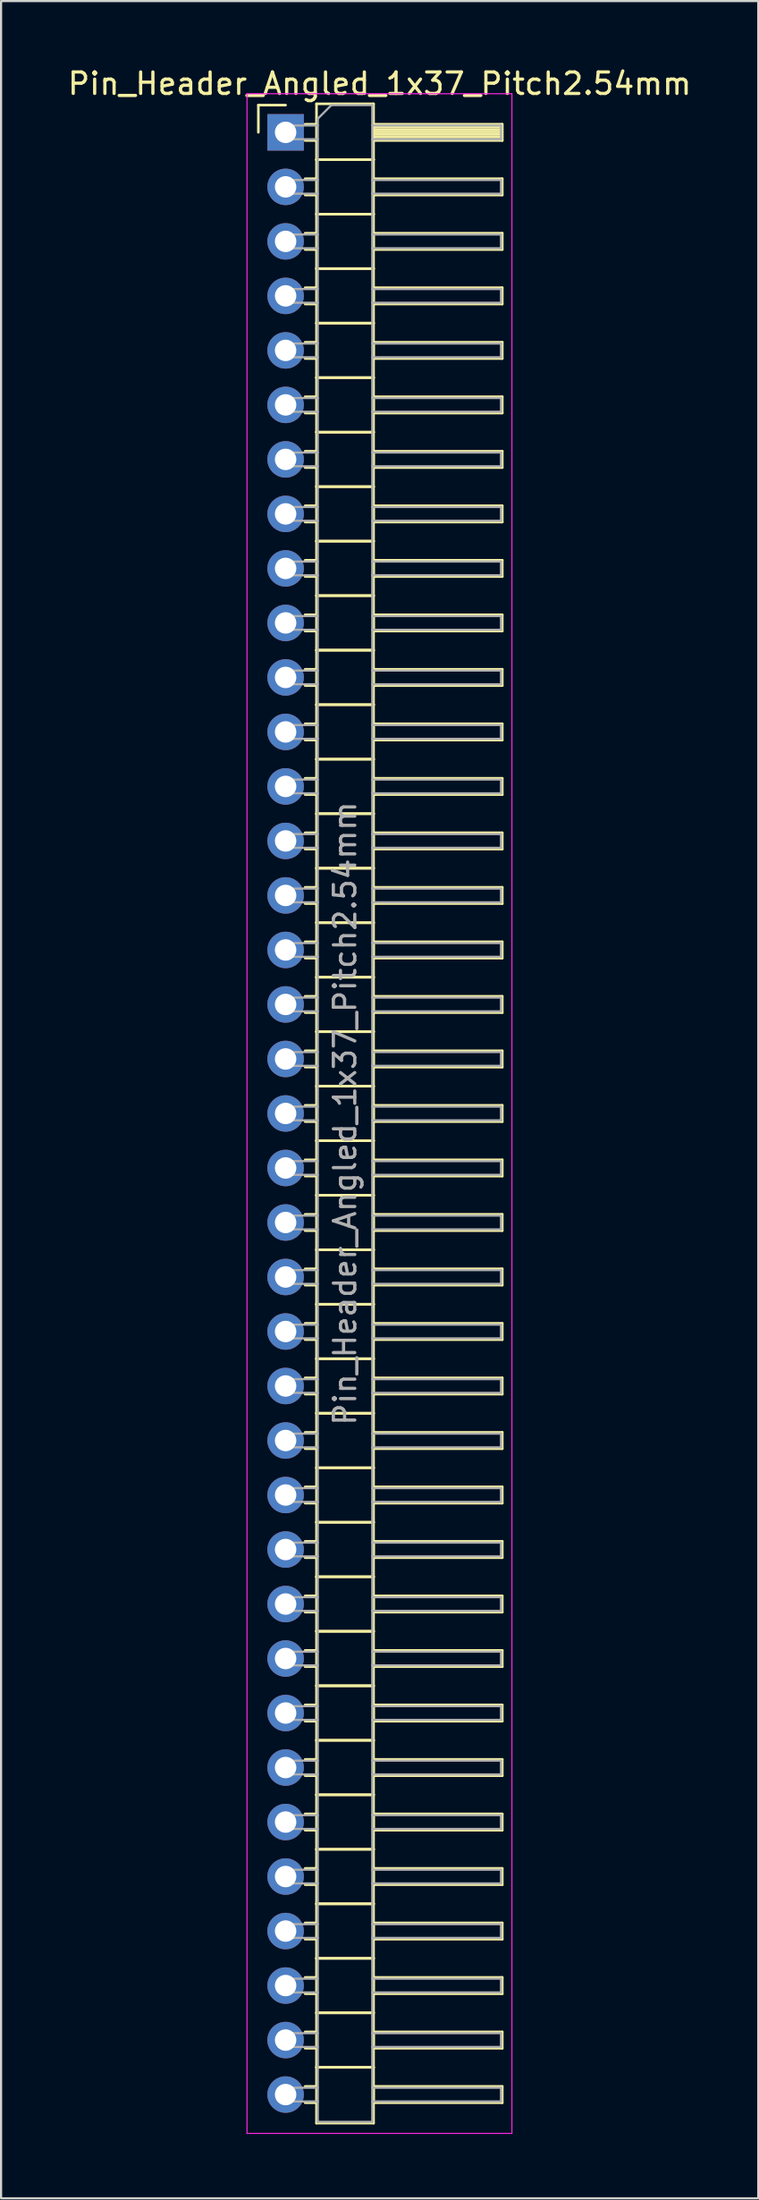
<source format=kicad_pcb>
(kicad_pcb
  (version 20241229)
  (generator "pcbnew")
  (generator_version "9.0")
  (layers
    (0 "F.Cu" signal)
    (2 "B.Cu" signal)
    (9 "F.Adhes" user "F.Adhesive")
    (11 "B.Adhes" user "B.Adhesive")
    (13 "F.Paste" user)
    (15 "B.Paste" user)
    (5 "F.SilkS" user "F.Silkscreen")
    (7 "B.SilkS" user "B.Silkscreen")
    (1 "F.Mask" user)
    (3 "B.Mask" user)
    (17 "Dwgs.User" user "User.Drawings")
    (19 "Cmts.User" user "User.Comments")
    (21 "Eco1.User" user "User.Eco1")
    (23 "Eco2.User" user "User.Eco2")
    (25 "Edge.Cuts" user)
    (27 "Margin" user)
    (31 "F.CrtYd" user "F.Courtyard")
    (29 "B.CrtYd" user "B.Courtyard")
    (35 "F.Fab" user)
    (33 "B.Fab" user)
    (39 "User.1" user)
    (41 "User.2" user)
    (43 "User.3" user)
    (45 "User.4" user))
  (footprint "Pin_Header_Angled_1x37_Pitch2.54mm"
    (layer "F.Cu")
    (at 10.264 3.118)
    (property "Reference" "Pin_Header_Angled_1x37_Pitch2.54mm" (at 4.385 -2.27 0) (layer "F.SilkS") (effects (font (size 1 1) (thickness 0.15))))
    (attr through_hole)
    (fp_line (start -1.27 -1.27) (end 0 -1.27) (stroke (width 0.12) (type solid)) (layer "F.SilkS"))
    (fp_line (start -1.27 0) (end -1.27 -1.27) (stroke (width 0.12) (type solid)) (layer "F.SilkS"))
    (fp_line (start 0.91 -0.38) (end 1.44 -0.38) (stroke (width 0.12) (type solid)) (layer "F.SilkS"))
    (fp_line (start 0.91 0.38) (end 1.44 0.38) (stroke (width 0.12) (type solid)) (layer "F.SilkS"))
    (fp_line (start 0.91 2.16) (end 1.44 2.16) (stroke (width 0.12) (type solid)) (layer "F.SilkS"))
    (fp_line (start 0.91 2.92) (end 1.44 2.92) (stroke (width 0.12) (type solid)) (layer "F.SilkS"))
    (fp_line (start 0.91 4.7) (end 1.44 4.7) (stroke (width 0.12) (type solid)) (layer "F.SilkS"))
    (fp_line (start 0.91 5.46) (end 1.44 5.46) (stroke (width 0.12) (type solid)) (layer "F.SilkS"))
    (fp_line (start 0.91 7.24) (end 1.44 7.24) (stroke (width 0.12) (type solid)) (layer "F.SilkS"))
    (fp_line (start 0.91 8) (end 1.44 8) (stroke (width 0.12) (type solid)) (layer "F.SilkS"))
    (fp_line (start 0.91 9.78) (end 1.44 9.78) (stroke (width 0.12) (type solid)) (layer "F.SilkS"))
    (fp_line (start 0.91 10.54) (end 1.44 10.54) (stroke (width 0.12) (type solid)) (layer "F.SilkS"))
    (fp_line (start 0.91 12.32) (end 1.44 12.32) (stroke (width 0.12) (type solid)) (layer "F.SilkS"))
    (fp_line (start 0.91 13.08) (end 1.44 13.08) (stroke (width 0.12) (type solid)) (layer "F.SilkS"))
    (fp_line (start 0.91 14.86) (end 1.44 14.86) (stroke (width 0.12) (type solid)) (layer "F.SilkS"))
    (fp_line (start 0.91 15.62) (end 1.44 15.62) (stroke (width 0.12) (type solid)) (layer "F.SilkS"))
    (fp_line (start 0.91 17.4) (end 1.44 17.4) (stroke (width 0.12) (type solid)) (layer "F.SilkS"))
    (fp_line (start 0.91 18.16) (end 1.44 18.16) (stroke (width 0.12) (type solid)) (layer "F.SilkS"))
    (fp_line (start 0.91 19.94) (end 1.44 19.94) (stroke (width 0.12) (type solid)) (layer "F.SilkS"))
    (fp_line (start 0.91 20.7) (end 1.44 20.7) (stroke (width 0.12) (type solid)) (layer "F.SilkS"))
    (fp_line (start 0.91 22.48) (end 1.44 22.48) (stroke (width 0.12) (type solid)) (layer "F.SilkS"))
    (fp_line (start 0.91 23.24) (end 1.44 23.24) (stroke (width 0.12) (type solid)) (layer "F.SilkS"))
    (fp_line (start 0.91 25.02) (end 1.44 25.02) (stroke (width 0.12) (type solid)) (layer "F.SilkS"))
    (fp_line (start 0.91 25.78) (end 1.44 25.78) (stroke (width 0.12) (type solid)) (layer "F.SilkS"))
    (fp_line (start 0.91 27.56) (end 1.44 27.56) (stroke (width 0.12) (type solid)) (layer "F.SilkS"))
    (fp_line (start 0.91 28.32) (end 1.44 28.32) (stroke (width 0.12) (type solid)) (layer "F.SilkS"))
    (fp_line (start 0.91 30.1) (end 1.44 30.1) (stroke (width 0.12) (type solid)) (layer "F.SilkS"))
    (fp_line (start 0.91 30.86) (end 1.44 30.86) (stroke (width 0.12) (type solid)) (layer "F.SilkS"))
    (fp_line (start 0.91 32.64) (end 1.44 32.64) (stroke (width 0.12) (type solid)) (layer "F.SilkS"))
    (fp_line (start 0.91 33.4) (end 1.44 33.4) (stroke (width 0.12) (type solid)) (layer "F.SilkS"))
    (fp_line (start 0.91 35.18) (end 1.44 35.18) (stroke (width 0.12) (type solid)) (layer "F.SilkS"))
    (fp_line (start 0.91 35.94) (end 1.44 35.94) (stroke (width 0.12) (type solid)) (layer "F.SilkS"))
    (fp_line (start 0.91 37.72) (end 1.44 37.72) (stroke (width 0.12) (type solid)) (layer "F.SilkS"))
    (fp_line (start 0.91 38.48) (end 1.44 38.48) (stroke (width 0.12) (type solid)) (layer "F.SilkS"))
    (fp_line (start 0.91 40.26) (end 1.44 40.26) (stroke (width 0.12) (type solid)) (layer "F.SilkS"))
    (fp_line (start 0.91 41.02) (end 1.44 41.02) (stroke (width 0.12) (type solid)) (layer "F.SilkS"))
    (fp_line (start 0.91 42.8) (end 1.44 42.8) (stroke (width 0.12) (type solid)) (layer "F.SilkS"))
    (fp_line (start 0.91 43.56) (end 1.44 43.56) (stroke (width 0.12) (type solid)) (layer "F.SilkS"))
    (fp_line (start 0.91 45.34) (end 1.44 45.34) (stroke (width 0.12) (type solid)) (layer "F.SilkS"))
    (fp_line (start 0.91 46.1) (end 1.44 46.1) (stroke (width 0.12) (type solid)) (layer "F.SilkS"))
    (fp_line (start 0.91 47.88) (end 1.44 47.88) (stroke (width 0.12) (type solid)) (layer "F.SilkS"))
    (fp_line (start 0.91 48.64) (end 1.44 48.64) (stroke (width 0.12) (type solid)) (layer "F.SilkS"))
    (fp_line (start 0.91 50.42) (end 1.44 50.42) (stroke (width 0.12) (type solid)) (layer "F.SilkS"))
    (fp_line (start 0.91 51.18) (end 1.44 51.18) (stroke (width 0.12) (type solid)) (layer "F.SilkS"))
    (fp_line (start 0.91 52.96) (end 1.44 52.96) (stroke (width 0.12) (type solid)) (layer "F.SilkS"))
    (fp_line (start 0.91 53.72) (end 1.44 53.72) (stroke (width 0.12) (type solid)) (layer "F.SilkS"))
    (fp_line (start 0.91 55.5) (end 1.44 55.5) (stroke (width 0.12) (type solid)) (layer "F.SilkS"))
    (fp_line (start 0.91 56.26) (end 1.44 56.26) (stroke (width 0.12) (type solid)) (layer "F.SilkS"))
    (fp_line (start 0.91 58.04) (end 1.44 58.04) (stroke (width 0.12) (type solid)) (layer "F.SilkS"))
    (fp_line (start 0.91 58.8) (end 1.44 58.8) (stroke (width 0.12) (type solid)) (layer "F.SilkS"))
    (fp_line (start 0.91 60.58) (end 1.44 60.58) (stroke (width 0.12) (type solid)) (layer "F.SilkS"))
    (fp_line (start 0.91 61.34) (end 1.44 61.34) (stroke (width 0.12) (type solid)) (layer "F.SilkS"))
    (fp_line (start 0.91 63.12) (end 1.44 63.12) (stroke (width 0.12) (type solid)) (layer "F.SilkS"))
    (fp_line (start 0.91 63.88) (end 1.44 63.88) (stroke (width 0.12) (type solid)) (layer "F.SilkS"))
    (fp_line (start 0.91 65.66) (end 1.44 65.66) (stroke (width 0.12) (type solid)) (layer "F.SilkS"))
    (fp_line (start 0.91 66.42) (end 1.44 66.42) (stroke (width 0.12) (type solid)) (layer "F.SilkS"))
    (fp_line (start 0.91 68.2) (end 1.44 68.2) (stroke (width 0.12) (type solid)) (layer "F.SilkS"))
    (fp_line (start 0.91 68.96) (end 1.44 68.96) (stroke (width 0.12) (type solid)) (layer "F.SilkS"))
    (fp_line (start 0.91 70.74) (end 1.44 70.74) (stroke (width 0.12) (type solid)) (layer "F.SilkS"))
    (fp_line (start 0.91 71.5) (end 1.44 71.5) (stroke (width 0.12) (type solid)) (layer "F.SilkS"))
    (fp_line (start 0.91 73.28) (end 1.44 73.28) (stroke (width 0.12) (type solid)) (layer "F.SilkS"))
    (fp_line (start 0.91 74.04) (end 1.44 74.04) (stroke (width 0.12) (type solid)) (layer "F.SilkS"))
    (fp_line (start 0.91 75.82) (end 1.44 75.82) (stroke (width 0.12) (type solid)) (layer "F.SilkS"))
    (fp_line (start 0.91 76.58) (end 1.44 76.58) (stroke (width 0.12) (type solid)) (layer "F.SilkS"))
    (fp_line (start 0.91 78.36) (end 1.44 78.36) (stroke (width 0.12) (type solid)) (layer "F.SilkS"))
    (fp_line (start 0.91 79.12) (end 1.44 79.12) (stroke (width 0.12) (type solid)) (layer "F.SilkS"))
    (fp_line (start 0.91 80.9) (end 1.44 80.9) (stroke (width 0.12) (type solid)) (layer "F.SilkS"))
    (fp_line (start 0.91 81.66) (end 1.44 81.66) (stroke (width 0.12) (type solid)) (layer "F.SilkS"))
    (fp_line (start 0.91 83.44) (end 1.44 83.44) (stroke (width 0.12) (type solid)) (layer "F.SilkS"))
    (fp_line (start 0.91 84.2) (end 1.44 84.2) (stroke (width 0.12) (type solid)) (layer "F.SilkS"))
    (fp_line (start 0.91 85.98) (end 1.44 85.98) (stroke (width 0.12) (type solid)) (layer "F.SilkS"))
    (fp_line (start 0.91 86.74) (end 1.44 86.74) (stroke (width 0.12) (type solid)) (layer "F.SilkS"))
    (fp_line (start 0.91 88.52) (end 1.44 88.52) (stroke (width 0.12) (type solid)) (layer "F.SilkS"))
    (fp_line (start 0.91 89.28) (end 1.44 89.28) (stroke (width 0.12) (type solid)) (layer "F.SilkS"))
    (fp_line (start 0.91 91.06) (end 1.44 91.06) (stroke (width 0.12) (type solid)) (layer "F.SilkS"))
    (fp_line (start 0.91 91.82) (end 1.44 91.82) (stroke (width 0.12) (type solid)) (layer "F.SilkS"))
    (fp_line (start 1.44 -1.33) (end 1.44 1.27) (stroke (width 0.12) (type solid)) (layer "F.SilkS"))
    (fp_line (start 1.44 1.27) (end 1.44 3.81) (stroke (width 0.12) (type solid)) (layer "F.SilkS"))
    (fp_line (start 1.44 1.27) (end 4.1 1.27) (stroke (width 0.12) (type solid)) (layer "F.SilkS"))
    (fp_line (start 1.44 3.81) (end 1.44 6.35) (stroke (width 0.12) (type solid)) (layer "F.SilkS"))
    (fp_line (start 1.44 3.81) (end 4.1 3.81) (stroke (width 0.12) (type solid)) (layer "F.SilkS"))
    (fp_line (start 1.44 6.35) (end 1.44 8.89) (stroke (width 0.12) (type solid)) (layer "F.SilkS"))
    (fp_line (start 1.44 6.35) (end 4.1 6.35) (stroke (width 0.12) (type solid)) (layer "F.SilkS"))
    (fp_line (start 1.44 8.89) (end 1.44 11.43) (stroke (width 0.12) (type solid)) (layer "F.SilkS"))
    (fp_line (start 1.44 8.89) (end 4.1 8.89) (stroke (width 0.12) (type solid)) (layer "F.SilkS"))
    (fp_line (start 1.44 11.43) (end 1.44 13.97) (stroke (width 0.12) (type solid)) (layer "F.SilkS"))
    (fp_line (start 1.44 11.43) (end 4.1 11.43) (stroke (width 0.12) (type solid)) (layer "F.SilkS"))
    (fp_line (start 1.44 13.97) (end 1.44 16.51) (stroke (width 0.12) (type solid)) (layer "F.SilkS"))
    (fp_line (start 1.44 13.97) (end 4.1 13.97) (stroke (width 0.12) (type solid)) (layer "F.SilkS"))
    (fp_line (start 1.44 16.51) (end 1.44 19.05) (stroke (width 0.12) (type solid)) (layer "F.SilkS"))
    (fp_line (start 1.44 16.51) (end 4.1 16.51) (stroke (width 0.12) (type solid)) (layer "F.SilkS"))
    (fp_line (start 1.44 19.05) (end 1.44 21.59) (stroke (width 0.12) (type solid)) (layer "F.SilkS"))
    (fp_line (start 1.44 19.05) (end 4.1 19.05) (stroke (width 0.12) (type solid)) (layer "F.SilkS"))
    (fp_line (start 1.44 21.59) (end 1.44 24.13) (stroke (width 0.12) (type solid)) (layer "F.SilkS"))
    (fp_line (start 1.44 21.59) (end 4.1 21.59) (stroke (width 0.12) (type solid)) (layer "F.SilkS"))
    (fp_line (start 1.44 24.13) (end 1.44 26.67) (stroke (width 0.12) (type solid)) (layer "F.SilkS"))
    (fp_line (start 1.44 24.13) (end 4.1 24.13) (stroke (width 0.12) (type solid)) (layer "F.SilkS"))
    (fp_line (start 1.44 26.67) (end 1.44 29.21) (stroke (width 0.12) (type solid)) (layer "F.SilkS"))
    (fp_line (start 1.44 26.67) (end 4.1 26.67) (stroke (width 0.12) (type solid)) (layer "F.SilkS"))
    (fp_line (start 1.44 29.21) (end 1.44 31.75) (stroke (width 0.12) (type solid)) (layer "F.SilkS"))
    (fp_line (start 1.44 29.21) (end 4.1 29.21) (stroke (width 0.12) (type solid)) (layer "F.SilkS"))
    (fp_line (start 1.44 31.75) (end 1.44 34.29) (stroke (width 0.12) (type solid)) (layer "F.SilkS"))
    (fp_line (start 1.44 31.75) (end 4.1 31.75) (stroke (width 0.12) (type solid)) (layer "F.SilkS"))
    (fp_line (start 1.44 34.29) (end 1.44 36.83) (stroke (width 0.12) (type solid)) (layer "F.SilkS"))
    (fp_line (start 1.44 34.29) (end 4.1 34.29) (stroke (width 0.12) (type solid)) (layer "F.SilkS"))
    (fp_line (start 1.44 36.83) (end 1.44 39.37) (stroke (width 0.12) (type solid)) (layer "F.SilkS"))
    (fp_line (start 1.44 36.83) (end 4.1 36.83) (stroke (width 0.12) (type solid)) (layer "F.SilkS"))
    (fp_line (start 1.44 39.37) (end 1.44 41.91) (stroke (width 0.12) (type solid)) (layer "F.SilkS"))
    (fp_line (start 1.44 39.37) (end 4.1 39.37) (stroke (width 0.12) (type solid)) (layer "F.SilkS"))
    (fp_line (start 1.44 41.91) (end 1.44 44.45) (stroke (width 0.12) (type solid)) (layer "F.SilkS"))
    (fp_line (start 1.44 41.91) (end 4.1 41.91) (stroke (width 0.12) (type solid)) (layer "F.SilkS"))
    (fp_line (start 1.44 44.45) (end 1.44 46.99) (stroke (width 0.12) (type solid)) (layer "F.SilkS"))
    (fp_line (start 1.44 44.45) (end 4.1 44.45) (stroke (width 0.12) (type solid)) (layer "F.SilkS"))
    (fp_line (start 1.44 46.99) (end 1.44 49.53) (stroke (width 0.12) (type solid)) (layer "F.SilkS"))
    (fp_line (start 1.44 46.99) (end 4.1 46.99) (stroke (width 0.12) (type solid)) (layer "F.SilkS"))
    (fp_line (start 1.44 49.53) (end 1.44 52.07) (stroke (width 0.12) (type solid)) (layer "F.SilkS"))
    (fp_line (start 1.44 49.53) (end 4.1 49.53) (stroke (width 0.12) (type solid)) (layer "F.SilkS"))
    (fp_line (start 1.44 52.07) (end 1.44 54.61) (stroke (width 0.12) (type solid)) (layer "F.SilkS"))
    (fp_line (start 1.44 52.07) (end 4.1 52.07) (stroke (width 0.12) (type solid)) (layer "F.SilkS"))
    (fp_line (start 1.44 54.61) (end 1.44 57.15) (stroke (width 0.12) (type solid)) (layer "F.SilkS"))
    (fp_line (start 1.44 54.61) (end 4.1 54.61) (stroke (width 0.12) (type solid)) (layer "F.SilkS"))
    (fp_line (start 1.44 57.15) (end 1.44 59.69) (stroke (width 0.12) (type solid)) (layer "F.SilkS"))
    (fp_line (start 1.44 57.15) (end 4.1 57.15) (stroke (width 0.12) (type solid)) (layer "F.SilkS"))
    (fp_line (start 1.44 59.69) (end 1.44 62.23) (stroke (width 0.12) (type solid)) (layer "F.SilkS"))
    (fp_line (start 1.44 59.69) (end 4.1 59.69) (stroke (width 0.12) (type solid)) (layer "F.SilkS"))
    (fp_line (start 1.44 62.23) (end 1.44 64.77) (stroke (width 0.12) (type solid)) (layer "F.SilkS"))
    (fp_line (start 1.44 62.23) (end 4.1 62.23) (stroke (width 0.12) (type solid)) (layer "F.SilkS"))
    (fp_line (start 1.44 64.77) (end 1.44 67.31) (stroke (width 0.12) (type solid)) (layer "F.SilkS"))
    (fp_line (start 1.44 64.77) (end 4.1 64.77) (stroke (width 0.12) (type solid)) (layer "F.SilkS"))
    (fp_line (start 1.44 67.31) (end 1.44 69.85) (stroke (width 0.12) (type solid)) (layer "F.SilkS"))
    (fp_line (start 1.44 67.31) (end 4.1 67.31) (stroke (width 0.12) (type solid)) (layer "F.SilkS"))
    (fp_line (start 1.44 69.85) (end 1.44 72.39) (stroke (width 0.12) (type solid)) (layer "F.SilkS"))
    (fp_line (start 1.44 69.85) (end 4.1 69.85) (stroke (width 0.12) (type solid)) (layer "F.SilkS"))
    (fp_line (start 1.44 72.39) (end 1.44 74.93) (stroke (width 0.12) (type solid)) (layer "F.SilkS"))
    (fp_line (start 1.44 72.39) (end 4.1 72.39) (stroke (width 0.12) (type solid)) (layer "F.SilkS"))
    (fp_line (start 1.44 74.93) (end 1.44 77.47) (stroke (width 0.12) (type solid)) (layer "F.SilkS"))
    (fp_line (start 1.44 74.93) (end 4.1 74.93) (stroke (width 0.12) (type solid)) (layer "F.SilkS"))
    (fp_line (start 1.44 77.47) (end 1.44 80.01) (stroke (width 0.12) (type solid)) (layer "F.SilkS"))
    (fp_line (start 1.44 77.47) (end 4.1 77.47) (stroke (width 0.12) (type solid)) (layer "F.SilkS"))
    (fp_line (start 1.44 80.01) (end 1.44 82.55) (stroke (width 0.12) (type solid)) (layer "F.SilkS"))
    (fp_line (start 1.44 80.01) (end 4.1 80.01) (stroke (width 0.12) (type solid)) (layer "F.SilkS"))
    (fp_line (start 1.44 82.55) (end 1.44 85.09) (stroke (width 0.12) (type solid)) (layer "F.SilkS"))
    (fp_line (start 1.44 82.55) (end 4.1 82.55) (stroke (width 0.12) (type solid)) (layer "F.SilkS"))
    (fp_line (start 1.44 85.09) (end 1.44 87.63) (stroke (width 0.12) (type solid)) (layer "F.SilkS"))
    (fp_line (start 1.44 85.09) (end 4.1 85.09) (stroke (width 0.12) (type solid)) (layer "F.SilkS"))
    (fp_line (start 1.44 87.63) (end 1.44 90.17) (stroke (width 0.12) (type solid)) (layer "F.SilkS"))
    (fp_line (start 1.44 87.63) (end 4.1 87.63) (stroke (width 0.12) (type solid)) (layer "F.SilkS"))
    (fp_line (start 1.44 90.17) (end 1.44 92.77) (stroke (width 0.12) (type solid)) (layer "F.SilkS"))
    (fp_line (start 1.44 90.17) (end 4.1 90.17) (stroke (width 0.12) (type solid)) (layer "F.SilkS"))
    (fp_line (start 1.44 92.77) (end 4.1 92.77) (stroke (width 0.12) (type solid)) (layer "F.SilkS"))
    (fp_line (start 4.1 -1.33) (end 1.44 -1.33) (stroke (width 0.12) (type solid)) (layer "F.SilkS"))
    (fp_line (start 4.1 -0.38) (end 4.1 0.38) (stroke (width 0.12) (type solid)) (layer "F.SilkS"))
    (fp_line (start 4.1 -0.26) (end 10.1 -0.26) (stroke (width 0.12) (type solid)) (layer "F.SilkS"))
    (fp_line (start 4.1 -0.14) (end 10.1 -0.14) (stroke (width 0.12) (type solid)) (layer "F.SilkS"))
    (fp_line (start 4.1 -0.02) (end 10.1 -0.02) (stroke (width 0.12) (type solid)) (layer "F.SilkS"))
    (fp_line (start 4.1 0.1) (end 10.1 0.1) (stroke (width 0.12) (type solid)) (layer "F.SilkS"))
    (fp_line (start 4.1 0.22) (end 10.1 0.22) (stroke (width 0.12) (type solid)) (layer "F.SilkS"))
    (fp_line (start 4.1 0.34) (end 10.1 0.34) (stroke (width 0.12) (type solid)) (layer "F.SilkS"))
    (fp_line (start 4.1 0.38) (end 10.1 0.38) (stroke (width 0.12) (type solid)) (layer "F.SilkS"))
    (fp_line (start 4.1 1.27) (end 1.44 1.27) (stroke (width 0.12) (type solid)) (layer "F.SilkS"))
    (fp_line (start 4.1 1.27) (end 4.1 -1.33) (stroke (width 0.12) (type solid)) (layer "F.SilkS"))
    (fp_line (start 4.1 2.16) (end 4.1 2.92) (stroke (width 0.12) (type solid)) (layer "F.SilkS"))
    (fp_line (start 4.1 2.92) (end 10.1 2.92) (stroke (width 0.12) (type solid)) (layer "F.SilkS"))
    (fp_line (start 4.1 3.81) (end 1.44 3.81) (stroke (width 0.12) (type solid)) (layer "F.SilkS"))
    (fp_line (start 4.1 3.81) (end 4.1 1.27) (stroke (width 0.12) (type solid)) (layer "F.SilkS"))
    (fp_line (start 4.1 4.7) (end 4.1 5.46) (stroke (width 0.12) (type solid)) (layer "F.SilkS"))
    (fp_line (start 4.1 5.46) (end 10.1 5.46) (stroke (width 0.12) (type solid)) (layer "F.SilkS"))
    (fp_line (start 4.1 6.35) (end 1.44 6.35) (stroke (width 0.12) (type solid)) (layer "F.SilkS"))
    (fp_line (start 4.1 6.35) (end 4.1 3.81) (stroke (width 0.12) (type solid)) (layer "F.SilkS"))
    (fp_line (start 4.1 7.24) (end 4.1 8) (stroke (width 0.12) (type solid)) (layer "F.SilkS"))
    (fp_line (start 4.1 8) (end 10.1 8) (stroke (width 0.12) (type solid)) (layer "F.SilkS"))
    (fp_line (start 4.1 8.89) (end 1.44 8.89) (stroke (width 0.12) (type solid)) (layer "F.SilkS"))
    (fp_line (start 4.1 8.89) (end 4.1 6.35) (stroke (width 0.12) (type solid)) (layer "F.SilkS"))
    (fp_line (start 4.1 9.78) (end 4.1 10.54) (stroke (width 0.12) (type solid)) (layer "F.SilkS"))
    (fp_line (start 4.1 10.54) (end 10.1 10.54) (stroke (width 0.12) (type solid)) (layer "F.SilkS"))
    (fp_line (start 4.1 11.43) (end 1.44 11.43) (stroke (width 0.12) (type solid)) (layer "F.SilkS"))
    (fp_line (start 4.1 11.43) (end 4.1 8.89) (stroke (width 0.12) (type solid)) (layer "F.SilkS"))
    (fp_line (start 4.1 12.32) (end 4.1 13.08) (stroke (width 0.12) (type solid)) (layer "F.SilkS"))
    (fp_line (start 4.1 13.08) (end 10.1 13.08) (stroke (width 0.12) (type solid)) (layer "F.SilkS"))
    (fp_line (start 4.1 13.97) (end 1.44 13.97) (stroke (width 0.12) (type solid)) (layer "F.SilkS"))
    (fp_line (start 4.1 13.97) (end 4.1 11.43) (stroke (width 0.12) (type solid)) (layer "F.SilkS"))
    (fp_line (start 4.1 14.86) (end 4.1 15.62) (stroke (width 0.12) (type solid)) (layer "F.SilkS"))
    (fp_line (start 4.1 15.62) (end 10.1 15.62) (stroke (width 0.12) (type solid)) (layer "F.SilkS"))
    (fp_line (start 4.1 16.51) (end 1.44 16.51) (stroke (width 0.12) (type solid)) (layer "F.SilkS"))
    (fp_line (start 4.1 16.51) (end 4.1 13.97) (stroke (width 0.12) (type solid)) (layer "F.SilkS"))
    (fp_line (start 4.1 17.4) (end 4.1 18.16) (stroke (width 0.12) (type solid)) (layer "F.SilkS"))
    (fp_line (start 4.1 18.16) (end 10.1 18.16) (stroke (width 0.12) (type solid)) (layer "F.SilkS"))
    (fp_line (start 4.1 19.05) (end 1.44 19.05) (stroke (width 0.12) (type solid)) (layer "F.SilkS"))
    (fp_line (start 4.1 19.05) (end 4.1 16.51) (stroke (width 0.12) (type solid)) (layer "F.SilkS"))
    (fp_line (start 4.1 19.94) (end 4.1 20.7) (stroke (width 0.12) (type solid)) (layer "F.SilkS"))
    (fp_line (start 4.1 20.7) (end 10.1 20.7) (stroke (width 0.12) (type solid)) (layer "F.SilkS"))
    (fp_line (start 4.1 21.59) (end 1.44 21.59) (stroke (width 0.12) (type solid)) (layer "F.SilkS"))
    (fp_line (start 4.1 21.59) (end 4.1 19.05) (stroke (width 0.12) (type solid)) (layer "F.SilkS"))
    (fp_line (start 4.1 22.48) (end 4.1 23.24) (stroke (width 0.12) (type solid)) (layer "F.SilkS"))
    (fp_line (start 4.1 23.24) (end 10.1 23.24) (stroke (width 0.12) (type solid)) (layer "F.SilkS"))
    (fp_line (start 4.1 24.13) (end 1.44 24.13) (stroke (width 0.12) (type solid)) (layer "F.SilkS"))
    (fp_line (start 4.1 24.13) (end 4.1 21.59) (stroke (width 0.12) (type solid)) (layer "F.SilkS"))
    (fp_line (start 4.1 25.02) (end 4.1 25.78) (stroke (width 0.12) (type solid)) (layer "F.SilkS"))
    (fp_line (start 4.1 25.78) (end 10.1 25.78) (stroke (width 0.12) (type solid)) (layer "F.SilkS"))
    (fp_line (start 4.1 26.67) (end 1.44 26.67) (stroke (width 0.12) (type solid)) (layer "F.SilkS"))
    (fp_line (start 4.1 26.67) (end 4.1 24.13) (stroke (width 0.12) (type solid)) (layer "F.SilkS"))
    (fp_line (start 4.1 27.56) (end 4.1 28.32) (stroke (width 0.12) (type solid)) (layer "F.SilkS"))
    (fp_line (start 4.1 28.32) (end 10.1 28.32) (stroke (width 0.12) (type solid)) (layer "F.SilkS"))
    (fp_line (start 4.1 29.21) (end 1.44 29.21) (stroke (width 0.12) (type solid)) (layer "F.SilkS"))
    (fp_line (start 4.1 29.21) (end 4.1 26.67) (stroke (width 0.12) (type solid)) (layer "F.SilkS"))
    (fp_line (start 4.1 30.1) (end 4.1 30.86) (stroke (width 0.12) (type solid)) (layer "F.SilkS"))
    (fp_line (start 4.1 30.86) (end 10.1 30.86) (stroke (width 0.12) (type solid)) (layer "F.SilkS"))
    (fp_line (start 4.1 31.75) (end 1.44 31.75) (stroke (width 0.12) (type solid)) (layer "F.SilkS"))
    (fp_line (start 4.1 31.75) (end 4.1 29.21) (stroke (width 0.12) (type solid)) (layer "F.SilkS"))
    (fp_line (start 4.1 32.64) (end 4.1 33.4) (stroke (width 0.12) (type solid)) (layer "F.SilkS"))
    (fp_line (start 4.1 33.4) (end 10.1 33.4) (stroke (width 0.12) (type solid)) (layer "F.SilkS"))
    (fp_line (start 4.1 34.29) (end 1.44 34.29) (stroke (width 0.12) (type solid)) (layer "F.SilkS"))
    (fp_line (start 4.1 34.29) (end 4.1 31.75) (stroke (width 0.12) (type solid)) (layer "F.SilkS"))
    (fp_line (start 4.1 35.18) (end 4.1 35.94) (stroke (width 0.12) (type solid)) (layer "F.SilkS"))
    (fp_line (start 4.1 35.94) (end 10.1 35.94) (stroke (width 0.12) (type solid)) (layer "F.SilkS"))
    (fp_line (start 4.1 36.83) (end 1.44 36.83) (stroke (width 0.12) (type solid)) (layer "F.SilkS"))
    (fp_line (start 4.1 36.83) (end 4.1 34.29) (stroke (width 0.12) (type solid)) (layer "F.SilkS"))
    (fp_line (start 4.1 37.72) (end 4.1 38.48) (stroke (width 0.12) (type solid)) (layer "F.SilkS"))
    (fp_line (start 4.1 38.48) (end 10.1 38.48) (stroke (width 0.12) (type solid)) (layer "F.SilkS"))
    (fp_line (start 4.1 39.37) (end 1.44 39.37) (stroke (width 0.12) (type solid)) (layer "F.SilkS"))
    (fp_line (start 4.1 39.37) (end 4.1 36.83) (stroke (width 0.12) (type solid)) (layer "F.SilkS"))
    (fp_line (start 4.1 40.26) (end 4.1 41.02) (stroke (width 0.12) (type solid)) (layer "F.SilkS"))
    (fp_line (start 4.1 41.02) (end 10.1 41.02) (stroke (width 0.12) (type solid)) (layer "F.SilkS"))
    (fp_line (start 4.1 41.91) (end 1.44 41.91) (stroke (width 0.12) (type solid)) (layer "F.SilkS"))
    (fp_line (start 4.1 41.91) (end 4.1 39.37) (stroke (width 0.12) (type solid)) (layer "F.SilkS"))
    (fp_line (start 4.1 42.8) (end 4.1 43.56) (stroke (width 0.12) (type solid)) (layer "F.SilkS"))
    (fp_line (start 4.1 43.56) (end 10.1 43.56) (stroke (width 0.12) (type solid)) (layer "F.SilkS"))
    (fp_line (start 4.1 44.45) (end 1.44 44.45) (stroke (width 0.12) (type solid)) (layer "F.SilkS"))
    (fp_line (start 4.1 44.45) (end 4.1 41.91) (stroke (width 0.12) (type solid)) (layer "F.SilkS"))
    (fp_line (start 4.1 45.34) (end 4.1 46.1) (stroke (width 0.12) (type solid)) (layer "F.SilkS"))
    (fp_line (start 4.1 46.1) (end 10.1 46.1) (stroke (width 0.12) (type solid)) (layer "F.SilkS"))
    (fp_line (start 4.1 46.99) (end 1.44 46.99) (stroke (width 0.12) (type solid)) (layer "F.SilkS"))
    (fp_line (start 4.1 46.99) (end 4.1 44.45) (stroke (width 0.12) (type solid)) (layer "F.SilkS"))
    (fp_line (start 4.1 47.88) (end 4.1 48.64) (stroke (width 0.12) (type solid)) (layer "F.SilkS"))
    (fp_line (start 4.1 48.64) (end 10.1 48.64) (stroke (width 0.12) (type solid)) (layer "F.SilkS"))
    (fp_line (start 4.1 49.53) (end 1.44 49.53) (stroke (width 0.12) (type solid)) (layer "F.SilkS"))
    (fp_line (start 4.1 49.53) (end 4.1 46.99) (stroke (width 0.12) (type solid)) (layer "F.SilkS"))
    (fp_line (start 4.1 50.42) (end 4.1 51.18) (stroke (width 0.12) (type solid)) (layer "F.SilkS"))
    (fp_line (start 4.1 51.18) (end 10.1 51.18) (stroke (width 0.12) (type solid)) (layer "F.SilkS"))
    (fp_line (start 4.1 52.07) (end 1.44 52.07) (stroke (width 0.12) (type solid)) (layer "F.SilkS"))
    (fp_line (start 4.1 52.07) (end 4.1 49.53) (stroke (width 0.12) (type solid)) (layer "F.SilkS"))
    (fp_line (start 4.1 52.96) (end 4.1 53.72) (stroke (width 0.12) (type solid)) (layer "F.SilkS"))
    (fp_line (start 4.1 53.72) (end 10.1 53.72) (stroke (width 0.12) (type solid)) (layer "F.SilkS"))
    (fp_line (start 4.1 54.61) (end 1.44 54.61) (stroke (width 0.12) (type solid)) (layer "F.SilkS"))
    (fp_line (start 4.1 54.61) (end 4.1 52.07) (stroke (width 0.12) (type solid)) (layer "F.SilkS"))
    (fp_line (start 4.1 55.5) (end 4.1 56.26) (stroke (width 0.12) (type solid)) (layer "F.SilkS"))
    (fp_line (start 4.1 56.26) (end 10.1 56.26) (stroke (width 0.12) (type solid)) (layer "F.SilkS"))
    (fp_line (start 4.1 57.15) (end 1.44 57.15) (stroke (width 0.12) (type solid)) (layer "F.SilkS"))
    (fp_line (start 4.1 57.15) (end 4.1 54.61) (stroke (width 0.12) (type solid)) (layer "F.SilkS"))
    (fp_line (start 4.1 58.04) (end 4.1 58.8) (stroke (width 0.12) (type solid)) (layer "F.SilkS"))
    (fp_line (start 4.1 58.8) (end 10.1 58.8) (stroke (width 0.12) (type solid)) (layer "F.SilkS"))
    (fp_line (start 4.1 59.69) (end 1.44 59.69) (stroke (width 0.12) (type solid)) (layer "F.SilkS"))
    (fp_line (start 4.1 59.69) (end 4.1 57.15) (stroke (width 0.12) (type solid)) (layer "F.SilkS"))
    (fp_line (start 4.1 60.58) (end 4.1 61.34) (stroke (width 0.12) (type solid)) (layer "F.SilkS"))
    (fp_line (start 4.1 61.34) (end 10.1 61.34) (stroke (width 0.12) (type solid)) (layer "F.SilkS"))
    (fp_line (start 4.1 62.23) (end 1.44 62.23) (stroke (width 0.12) (type solid)) (layer "F.SilkS"))
    (fp_line (start 4.1 62.23) (end 4.1 59.69) (stroke (width 0.12) (type solid)) (layer "F.SilkS"))
    (fp_line (start 4.1 63.12) (end 4.1 63.88) (stroke (width 0.12) (type solid)) (layer "F.SilkS"))
    (fp_line (start 4.1 63.88) (end 10.1 63.88) (stroke (width 0.12) (type solid)) (layer "F.SilkS"))
    (fp_line (start 4.1 64.77) (end 1.44 64.77) (stroke (width 0.12) (type solid)) (layer "F.SilkS"))
    (fp_line (start 4.1 64.77) (end 4.1 62.23) (stroke (width 0.12) (type solid)) (layer "F.SilkS"))
    (fp_line (start 4.1 65.66) (end 4.1 66.42) (stroke (width 0.12) (type solid)) (layer "F.SilkS"))
    (fp_line (start 4.1 66.42) (end 10.1 66.42) (stroke (width 0.12) (type solid)) (layer "F.SilkS"))
    (fp_line (start 4.1 67.31) (end 1.44 67.31) (stroke (width 0.12) (type solid)) (layer "F.SilkS"))
    (fp_line (start 4.1 67.31) (end 4.1 64.77) (stroke (width 0.12) (type solid)) (layer "F.SilkS"))
    (fp_line (start 4.1 68.2) (end 4.1 68.96) (stroke (width 0.12) (type solid)) (layer "F.SilkS"))
    (fp_line (start 4.1 68.96) (end 10.1 68.96) (stroke (width 0.12) (type solid)) (layer "F.SilkS"))
    (fp_line (start 4.1 69.85) (end 1.44 69.85) (stroke (width 0.12) (type solid)) (layer "F.SilkS"))
    (fp_line (start 4.1 69.85) (end 4.1 67.31) (stroke (width 0.12) (type solid)) (layer "F.SilkS"))
    (fp_line (start 4.1 70.74) (end 4.1 71.5) (stroke (width 0.12) (type solid)) (layer "F.SilkS"))
    (fp_line (start 4.1 71.5) (end 10.1 71.5) (stroke (width 0.12) (type solid)) (layer "F.SilkS"))
    (fp_line (start 4.1 72.39) (end 1.44 72.39) (stroke (width 0.12) (type solid)) (layer "F.SilkS"))
    (fp_line (start 4.1 72.39) (end 4.1 69.85) (stroke (width 0.12) (type solid)) (layer "F.SilkS"))
    (fp_line (start 4.1 73.28) (end 4.1 74.04) (stroke (width 0.12) (type solid)) (layer "F.SilkS"))
    (fp_line (start 4.1 74.04) (end 10.1 74.04) (stroke (width 0.12) (type solid)) (layer "F.SilkS"))
    (fp_line (start 4.1 74.93) (end 1.44 74.93) (stroke (width 0.12) (type solid)) (layer "F.SilkS"))
    (fp_line (start 4.1 74.93) (end 4.1 72.39) (stroke (width 0.12) (type solid)) (layer "F.SilkS"))
    (fp_line (start 4.1 75.82) (end 4.1 76.58) (stroke (width 0.12) (type solid)) (layer "F.SilkS"))
    (fp_line (start 4.1 76.58) (end 10.1 76.58) (stroke (width 0.12) (type solid)) (layer "F.SilkS"))
    (fp_line (start 4.1 77.47) (end 1.44 77.47) (stroke (width 0.12) (type solid)) (layer "F.SilkS"))
    (fp_line (start 4.1 77.47) (end 4.1 74.93) (stroke (width 0.12) (type solid)) (layer "F.SilkS"))
    (fp_line (start 4.1 78.36) (end 4.1 79.12) (stroke (width 0.12) (type solid)) (layer "F.SilkS"))
    (fp_line (start 4.1 79.12) (end 10.1 79.12) (stroke (width 0.12) (type solid)) (layer "F.SilkS"))
    (fp_line (start 4.1 80.01) (end 1.44 80.01) (stroke (width 0.12) (type solid)) (layer "F.SilkS"))
    (fp_line (start 4.1 80.01) (end 4.1 77.47) (stroke (width 0.12) (type solid)) (layer "F.SilkS"))
    (fp_line (start 4.1 80.9) (end 4.1 81.66) (stroke (width 0.12) (type solid)) (layer "F.SilkS"))
    (fp_line (start 4.1 81.66) (end 10.1 81.66) (stroke (width 0.12) (type solid)) (layer "F.SilkS"))
    (fp_line (start 4.1 82.55) (end 1.44 82.55) (stroke (width 0.12) (type solid)) (layer "F.SilkS"))
    (fp_line (start 4.1 82.55) (end 4.1 80.01) (stroke (width 0.12) (type solid)) (layer "F.SilkS"))
    (fp_line (start 4.1 83.44) (end 4.1 84.2) (stroke (width 0.12) (type solid)) (layer "F.SilkS"))
    (fp_line (start 4.1 84.2) (end 10.1 84.2) (stroke (width 0.12) (type solid)) (layer "F.SilkS"))
    (fp_line (start 4.1 85.09) (end 1.44 85.09) (stroke (width 0.12) (type solid)) (layer "F.SilkS"))
    (fp_line (start 4.1 85.09) (end 4.1 82.55) (stroke (width 0.12) (type solid)) (layer "F.SilkS"))
    (fp_line (start 4.1 85.98) (end 4.1 86.74) (stroke (width 0.12) (type solid)) (layer "F.SilkS"))
    (fp_line (start 4.1 86.74) (end 10.1 86.74) (stroke (width 0.12) (type solid)) (layer "F.SilkS"))
    (fp_line (start 4.1 87.63) (end 1.44 87.63) (stroke (width 0.12) (type solid)) (layer "F.SilkS"))
    (fp_line (start 4.1 87.63) (end 4.1 85.09) (stroke (width 0.12) (type solid)) (layer "F.SilkS"))
    (fp_line (start 4.1 88.52) (end 4.1 89.28) (stroke (width 0.12) (type solid)) (layer "F.SilkS"))
    (fp_line (start 4.1 89.28) (end 10.1 89.28) (stroke (width 0.12) (type solid)) (layer "F.SilkS"))
    (fp_line (start 4.1 90.17) (end 1.44 90.17) (stroke (width 0.12) (type solid)) (layer "F.SilkS"))
    (fp_line (start 4.1 90.17) (end 4.1 87.63) (stroke (width 0.12) (type solid)) (layer "F.SilkS"))
    (fp_line (start 4.1 91.06) (end 4.1 91.82) (stroke (width 0.12) (type solid)) (layer "F.SilkS"))
    (fp_line (start 4.1 91.82) (end 10.1 91.82) (stroke (width 0.12) (type solid)) (layer "F.SilkS"))
    (fp_line (start 4.1 92.77) (end 4.1 90.17) (stroke (width 0.12) (type solid)) (layer "F.SilkS"))
    (fp_line (start 10.1 -0.38) (end 4.1 -0.38) (stroke (width 0.12) (type solid)) (layer "F.SilkS"))
    (fp_line (start 10.1 0.38) (end 10.1 -0.38) (stroke (width 0.12) (type solid)) (layer "F.SilkS"))
    (fp_line (start 10.1 2.16) (end 4.1 2.16) (stroke (width 0.12) (type solid)) (layer "F.SilkS"))
    (fp_line (start 10.1 2.92) (end 10.1 2.16) (stroke (width 0.12) (type solid)) (layer "F.SilkS"))
    (fp_line (start 10.1 4.7) (end 4.1 4.7) (stroke (width 0.12) (type solid)) (layer "F.SilkS"))
    (fp_line (start 10.1 5.46) (end 10.1 4.7) (stroke (width 0.12) (type solid)) (layer "F.SilkS"))
    (fp_line (start 10.1 7.24) (end 4.1 7.24) (stroke (width 0.12) (type solid)) (layer "F.SilkS"))
    (fp_line (start 10.1 8) (end 10.1 7.24) (stroke (width 0.12) (type solid)) (layer "F.SilkS"))
    (fp_line (start 10.1 9.78) (end 4.1 9.78) (stroke (width 0.12) (type solid)) (layer "F.SilkS"))
    (fp_line (start 10.1 10.54) (end 10.1 9.78) (stroke (width 0.12) (type solid)) (layer "F.SilkS"))
    (fp_line (start 10.1 12.32) (end 4.1 12.32) (stroke (width 0.12) (type solid)) (layer "F.SilkS"))
    (fp_line (start 10.1 13.08) (end 10.1 12.32) (stroke (width 0.12) (type solid)) (layer "F.SilkS"))
    (fp_line (start 10.1 14.86) (end 4.1 14.86) (stroke (width 0.12) (type solid)) (layer "F.SilkS"))
    (fp_line (start 10.1 15.62) (end 10.1 14.86) (stroke (width 0.12) (type solid)) (layer "F.SilkS"))
    (fp_line (start 10.1 17.4) (end 4.1 17.4) (stroke (width 0.12) (type solid)) (layer "F.SilkS"))
    (fp_line (start 10.1 18.16) (end 10.1 17.4) (stroke (width 0.12) (type solid)) (layer "F.SilkS"))
    (fp_line (start 10.1 19.94) (end 4.1 19.94) (stroke (width 0.12) (type solid)) (layer "F.SilkS"))
    (fp_line (start 10.1 20.7) (end 10.1 19.94) (stroke (width 0.12) (type solid)) (layer "F.SilkS"))
    (fp_line (start 10.1 22.48) (end 4.1 22.48) (stroke (width 0.12) (type solid)) (layer "F.SilkS"))
    (fp_line (start 10.1 23.24) (end 10.1 22.48) (stroke (width 0.12) (type solid)) (layer "F.SilkS"))
    (fp_line (start 10.1 25.02) (end 4.1 25.02) (stroke (width 0.12) (type solid)) (layer "F.SilkS"))
    (fp_line (start 10.1 25.78) (end 10.1 25.02) (stroke (width 0.12) (type solid)) (layer "F.SilkS"))
    (fp_line (start 10.1 27.56) (end 4.1 27.56) (stroke (width 0.12) (type solid)) (layer "F.SilkS"))
    (fp_line (start 10.1 28.32) (end 10.1 27.56) (stroke (width 0.12) (type solid)) (layer "F.SilkS"))
    (fp_line (start 10.1 30.1) (end 4.1 30.1) (stroke (width 0.12) (type solid)) (layer "F.SilkS"))
    (fp_line (start 10.1 30.86) (end 10.1 30.1) (stroke (width 0.12) (type solid)) (layer "F.SilkS"))
    (fp_line (start 10.1 32.64) (end 4.1 32.64) (stroke (width 0.12) (type solid)) (layer "F.SilkS"))
    (fp_line (start 10.1 33.4) (end 10.1 32.64) (stroke (width 0.12) (type solid)) (layer "F.SilkS"))
    (fp_line (start 10.1 35.18) (end 4.1 35.18) (stroke (width 0.12) (type solid)) (layer "F.SilkS"))
    (fp_line (start 10.1 35.94) (end 10.1 35.18) (stroke (width 0.12) (type solid)) (layer "F.SilkS"))
    (fp_line (start 10.1 37.72) (end 4.1 37.72) (stroke (width 0.12) (type solid)) (layer "F.SilkS"))
    (fp_line (start 10.1 38.48) (end 10.1 37.72) (stroke (width 0.12) (type solid)) (layer "F.SilkS"))
    (fp_line (start 10.1 40.26) (end 4.1 40.26) (stroke (width 0.12) (type solid)) (layer "F.SilkS"))
    (fp_line (start 10.1 41.02) (end 10.1 40.26) (stroke (width 0.12) (type solid)) (layer "F.SilkS"))
    (fp_line (start 10.1 42.8) (end 4.1 42.8) (stroke (width 0.12) (type solid)) (layer "F.SilkS"))
    (fp_line (start 10.1 43.56) (end 10.1 42.8) (stroke (width 0.12) (type solid)) (layer "F.SilkS"))
    (fp_line (start 10.1 45.34) (end 4.1 45.34) (stroke (width 0.12) (type solid)) (layer "F.SilkS"))
    (fp_line (start 10.1 46.1) (end 10.1 45.34) (stroke (width 0.12) (type solid)) (layer "F.SilkS"))
    (fp_line (start 10.1 47.88) (end 4.1 47.88) (stroke (width 0.12) (type solid)) (layer "F.SilkS"))
    (fp_line (start 10.1 48.64) (end 10.1 47.88) (stroke (width 0.12) (type solid)) (layer "F.SilkS"))
    (fp_line (start 10.1 50.42) (end 4.1 50.42) (stroke (width 0.12) (type solid)) (layer "F.SilkS"))
    (fp_line (start 10.1 51.18) (end 10.1 50.42) (stroke (width 0.12) (type solid)) (layer "F.SilkS"))
    (fp_line (start 10.1 52.96) (end 4.1 52.96) (stroke (width 0.12) (type solid)) (layer "F.SilkS"))
    (fp_line (start 10.1 53.72) (end 10.1 52.96) (stroke (width 0.12) (type solid)) (layer "F.SilkS"))
    (fp_line (start 10.1 55.5) (end 4.1 55.5) (stroke (width 0.12) (type solid)) (layer "F.SilkS"))
    (fp_line (start 10.1 56.26) (end 10.1 55.5) (stroke (width 0.12) (type solid)) (layer "F.SilkS"))
    (fp_line (start 10.1 58.04) (end 4.1 58.04) (stroke (width 0.12) (type solid)) (layer "F.SilkS"))
    (fp_line (start 10.1 58.8) (end 10.1 58.04) (stroke (width 0.12) (type solid)) (layer "F.SilkS"))
    (fp_line (start 10.1 60.58) (end 4.1 60.58) (stroke (width 0.12) (type solid)) (layer "F.SilkS"))
    (fp_line (start 10.1 61.34) (end 10.1 60.58) (stroke (width 0.12) (type solid)) (layer "F.SilkS"))
    (fp_line (start 10.1 63.12) (end 4.1 63.12) (stroke (width 0.12) (type solid)) (layer "F.SilkS"))
    (fp_line (start 10.1 63.88) (end 10.1 63.12) (stroke (width 0.12) (type solid)) (layer "F.SilkS"))
    (fp_line (start 10.1 65.66) (end 4.1 65.66) (stroke (width 0.12) (type solid)) (layer "F.SilkS"))
    (fp_line (start 10.1 66.42) (end 10.1 65.66) (stroke (width 0.12) (type solid)) (layer "F.SilkS"))
    (fp_line (start 10.1 68.2) (end 4.1 68.2) (stroke (width 0.12) (type solid)) (layer "F.SilkS"))
    (fp_line (start 10.1 68.96) (end 10.1 68.2) (stroke (width 0.12) (type solid)) (layer "F.SilkS"))
    (fp_line (start 10.1 70.74) (end 4.1 70.74) (stroke (width 0.12) (type solid)) (layer "F.SilkS"))
    (fp_line (start 10.1 71.5) (end 10.1 70.74) (stroke (width 0.12) (type solid)) (layer "F.SilkS"))
    (fp_line (start 10.1 73.28) (end 4.1 73.28) (stroke (width 0.12) (type solid)) (layer "F.SilkS"))
    (fp_line (start 10.1 74.04) (end 10.1 73.28) (stroke (width 0.12) (type solid)) (layer "F.SilkS"))
    (fp_line (start 10.1 75.82) (end 4.1 75.82) (stroke (width 0.12) (type solid)) (layer "F.SilkS"))
    (fp_line (start 10.1 76.58) (end 10.1 75.82) (stroke (width 0.12) (type solid)) (layer "F.SilkS"))
    (fp_line (start 10.1 78.36) (end 4.1 78.36) (stroke (width 0.12) (type solid)) (layer "F.SilkS"))
    (fp_line (start 10.1 79.12) (end 10.1 78.36) (stroke (width 0.12) (type solid)) (layer "F.SilkS"))
    (fp_line (start 10.1 80.9) (end 4.1 80.9) (stroke (width 0.12) (type solid)) (layer "F.SilkS"))
    (fp_line (start 10.1 81.66) (end 10.1 80.9) (stroke (width 0.12) (type solid)) (layer "F.SilkS"))
    (fp_line (start 10.1 83.44) (end 4.1 83.44) (stroke (width 0.12) (type solid)) (layer "F.SilkS"))
    (fp_line (start 10.1 84.2) (end 10.1 83.44) (stroke (width 0.12) (type solid)) (layer "F.SilkS"))
    (fp_line (start 10.1 85.98) (end 4.1 85.98) (stroke (width 0.12) (type solid)) (layer "F.SilkS"))
    (fp_line (start 10.1 86.74) (end 10.1 85.98) (stroke (width 0.12) (type solid)) (layer "F.SilkS"))
    (fp_line (start 10.1 88.52) (end 4.1 88.52) (stroke (width 0.12) (type solid)) (layer "F.SilkS"))
    (fp_line (start 10.1 89.28) (end 10.1 88.52) (stroke (width 0.12) (type solid)) (layer "F.SilkS"))
    (fp_line (start 10.1 91.06) (end 4.1 91.06) (stroke (width 0.12) (type solid)) (layer "F.SilkS"))
    (fp_line (start 10.1 91.82) (end 10.1 91.06) (stroke (width 0.12) (type solid)) (layer "F.SilkS"))
    (fp_line (start -1.8 -1.8) (end -1.8 93.25) (stroke (width 0.05) (type solid)) (layer "F.CrtYd"))
    (fp_line (start -1.8 93.25) (end 10.55 93.25) (stroke (width 0.05) (type solid)) (layer "F.CrtYd"))
    (fp_line (start 10.55 -1.8) (end -1.8 -1.8) (stroke (width 0.05) (type solid)) (layer "F.CrtYd"))
    (fp_line (start 10.55 93.25) (end 10.55 -1.8) (stroke (width 0.05) (type solid)) (layer "F.CrtYd"))
    (fp_line (start -0.32 -0.32) (end -0.32 0.32) (stroke (width 0.1) (type solid)) (layer "F.Fab"))
    (fp_line (start -0.32 -0.32) (end 1.5 -0.32) (stroke (width 0.1) (type solid)) (layer "F.Fab"))
    (fp_line (start -0.32 0.32) (end 1.5 0.32) (stroke (width 0.1) (type solid)) (layer "F.Fab"))
    (fp_line (start -0.32 2.22) (end -0.32 2.86) (stroke (width 0.1) (type solid)) (layer "F.Fab"))
    (fp_line (start -0.32 2.22) (end 1.5 2.22) (stroke (width 0.1) (type solid)) (layer "F.Fab"))
    (fp_line (start -0.32 2.86) (end 1.5 2.86) (stroke (width 0.1) (type solid)) (layer "F.Fab"))
    (fp_line (start -0.32 4.76) (end -0.32 5.4) (stroke (width 0.1) (type solid)) (layer "F.Fab"))
    (fp_line (start -0.32 4.76) (end 1.5 4.76) (stroke (width 0.1) (type solid)) (layer "F.Fab"))
    (fp_line (start -0.32 5.4) (end 1.5 5.4) (stroke (width 0.1) (type solid)) (layer "F.Fab"))
    (fp_line (start -0.32 7.3) (end -0.32 7.94) (stroke (width 0.1) (type solid)) (layer "F.Fab"))
    (fp_line (start -0.32 7.3) (end 1.5 7.3) (stroke (width 0.1) (type solid)) (layer "F.Fab"))
    (fp_line (start -0.32 7.94) (end 1.5 7.94) (stroke (width 0.1) (type solid)) (layer "F.Fab"))
    (fp_line (start -0.32 9.84) (end -0.32 10.48) (stroke (width 0.1) (type solid)) (layer "F.Fab"))
    (fp_line (start -0.32 9.84) (end 1.5 9.84) (stroke (width 0.1) (type solid)) (layer "F.Fab"))
    (fp_line (start -0.32 10.48) (end 1.5 10.48) (stroke (width 0.1) (type solid)) (layer "F.Fab"))
    (fp_line (start -0.32 12.38) (end -0.32 13.02) (stroke (width 0.1) (type solid)) (layer "F.Fab"))
    (fp_line (start -0.32 12.38) (end 1.5 12.38) (stroke (width 0.1) (type solid)) (layer "F.Fab"))
    (fp_line (start -0.32 13.02) (end 1.5 13.02) (stroke (width 0.1) (type solid)) (layer "F.Fab"))
    (fp_line (start -0.32 14.92) (end -0.32 15.56) (stroke (width 0.1) (type solid)) (layer "F.Fab"))
    (fp_line (start -0.32 14.92) (end 1.5 14.92) (stroke (width 0.1) (type solid)) (layer "F.Fab"))
    (fp_line (start -0.32 15.56) (end 1.5 15.56) (stroke (width 0.1) (type solid)) (layer "F.Fab"))
    (fp_line (start -0.32 17.46) (end -0.32 18.1) (stroke (width 0.1) (type solid)) (layer "F.Fab"))
    (fp_line (start -0.32 17.46) (end 1.5 17.46) (stroke (width 0.1) (type solid)) (layer "F.Fab"))
    (fp_line (start -0.32 18.1) (end 1.5 18.1) (stroke (width 0.1) (type solid)) (layer "F.Fab"))
    (fp_line (start -0.32 20) (end -0.32 20.64) (stroke (width 0.1) (type solid)) (layer "F.Fab"))
    (fp_line (start -0.32 20) (end 1.5 20) (stroke (width 0.1) (type solid)) (layer "F.Fab"))
    (fp_line (start -0.32 20.64) (end 1.5 20.64) (stroke (width 0.1) (type solid)) (layer "F.Fab"))
    (fp_line (start -0.32 22.54) (end -0.32 23.18) (stroke (width 0.1) (type solid)) (layer "F.Fab"))
    (fp_line (start -0.32 22.54) (end 1.5 22.54) (stroke (width 0.1) (type solid)) (layer "F.Fab"))
    (fp_line (start -0.32 23.18) (end 1.5 23.18) (stroke (width 0.1) (type solid)) (layer "F.Fab"))
    (fp_line (start -0.32 25.08) (end -0.32 25.72) (stroke (width 0.1) (type solid)) (layer "F.Fab"))
    (fp_line (start -0.32 25.08) (end 1.5 25.08) (stroke (width 0.1) (type solid)) (layer "F.Fab"))
    (fp_line (start -0.32 25.72) (end 1.5 25.72) (stroke (width 0.1) (type solid)) (layer "F.Fab"))
    (fp_line (start -0.32 27.62) (end -0.32 28.26) (stroke (width 0.1) (type solid)) (layer "F.Fab"))
    (fp_line (start -0.32 27.62) (end 1.5 27.62) (stroke (width 0.1) (type solid)) (layer "F.Fab"))
    (fp_line (start -0.32 28.26) (end 1.5 28.26) (stroke (width 0.1) (type solid)) (layer "F.Fab"))
    (fp_line (start -0.32 30.16) (end -0.32 30.8) (stroke (width 0.1) (type solid)) (layer "F.Fab"))
    (fp_line (start -0.32 30.16) (end 1.5 30.16) (stroke (width 0.1) (type solid)) (layer "F.Fab"))
    (fp_line (start -0.32 30.8) (end 1.5 30.8) (stroke (width 0.1) (type solid)) (layer "F.Fab"))
    (fp_line (start -0.32 32.7) (end -0.32 33.34) (stroke (width 0.1) (type solid)) (layer "F.Fab"))
    (fp_line (start -0.32 32.7) (end 1.5 32.7) (stroke (width 0.1) (type solid)) (layer "F.Fab"))
    (fp_line (start -0.32 33.34) (end 1.5 33.34) (stroke (width 0.1) (type solid)) (layer "F.Fab"))
    (fp_line (start -0.32 35.24) (end -0.32 35.88) (stroke (width 0.1) (type solid)) (layer "F.Fab"))
    (fp_line (start -0.32 35.24) (end 1.5 35.24) (stroke (width 0.1) (type solid)) (layer "F.Fab"))
    (fp_line (start -0.32 35.88) (end 1.5 35.88) (stroke (width 0.1) (type solid)) (layer "F.Fab"))
    (fp_line (start -0.32 37.78) (end -0.32 38.42) (stroke (width 0.1) (type solid)) (layer "F.Fab"))
    (fp_line (start -0.32 37.78) (end 1.5 37.78) (stroke (width 0.1) (type solid)) (layer "F.Fab"))
    (fp_line (start -0.32 38.42) (end 1.5 38.42) (stroke (width 0.1) (type solid)) (layer "F.Fab"))
    (fp_line (start -0.32 40.32) (end -0.32 40.96) (stroke (width 0.1) (type solid)) (layer "F.Fab"))
    (fp_line (start -0.32 40.32) (end 1.5 40.32) (stroke (width 0.1) (type solid)) (layer "F.Fab"))
    (fp_line (start -0.32 40.96) (end 1.5 40.96) (stroke (width 0.1) (type solid)) (layer "F.Fab"))
    (fp_line (start -0.32 42.86) (end -0.32 43.5) (stroke (width 0.1) (type solid)) (layer "F.Fab"))
    (fp_line (start -0.32 42.86) (end 1.5 42.86) (stroke (width 0.1) (type solid)) (layer "F.Fab"))
    (fp_line (start -0.32 43.5) (end 1.5 43.5) (stroke (width 0.1) (type solid)) (layer "F.Fab"))
    (fp_line (start -0.32 45.4) (end -0.32 46.04) (stroke (width 0.1) (type solid)) (layer "F.Fab"))
    (fp_line (start -0.32 45.4) (end 1.5 45.4) (stroke (width 0.1) (type solid)) (layer "F.Fab"))
    (fp_line (start -0.32 46.04) (end 1.5 46.04) (stroke (width 0.1) (type solid)) (layer "F.Fab"))
    (fp_line (start -0.32 47.94) (end -0.32 48.58) (stroke (width 0.1) (type solid)) (layer "F.Fab"))
    (fp_line (start -0.32 47.94) (end 1.5 47.94) (stroke (width 0.1) (type solid)) (layer "F.Fab"))
    (fp_line (start -0.32 48.58) (end 1.5 48.58) (stroke (width 0.1) (type solid)) (layer "F.Fab"))
    (fp_line (start -0.32 50.48) (end -0.32 51.12) (stroke (width 0.1) (type solid)) (layer "F.Fab"))
    (fp_line (start -0.32 50.48) (end 1.5 50.48) (stroke (width 0.1) (type solid)) (layer "F.Fab"))
    (fp_line (start -0.32 51.12) (end 1.5 51.12) (stroke (width 0.1) (type solid)) (layer "F.Fab"))
    (fp_line (start -0.32 53.02) (end -0.32 53.66) (stroke (width 0.1) (type solid)) (layer "F.Fab"))
    (fp_line (start -0.32 53.02) (end 1.5 53.02) (stroke (width 0.1) (type solid)) (layer "F.Fab"))
    (fp_line (start -0.32 53.66) (end 1.5 53.66) (stroke (width 0.1) (type solid)) (layer "F.Fab"))
    (fp_line (start -0.32 55.56) (end -0.32 56.2) (stroke (width 0.1) (type solid)) (layer "F.Fab"))
    (fp_line (start -0.32 55.56) (end 1.5 55.56) (stroke (width 0.1) (type solid)) (layer "F.Fab"))
    (fp_line (start -0.32 56.2) (end 1.5 56.2) (stroke (width 0.1) (type solid)) (layer "F.Fab"))
    (fp_line (start -0.32 58.1) (end -0.32 58.74) (stroke (width 0.1) (type solid)) (layer "F.Fab"))
    (fp_line (start -0.32 58.1) (end 1.5 58.1) (stroke (width 0.1) (type solid)) (layer "F.Fab"))
    (fp_line (start -0.32 58.74) (end 1.5 58.74) (stroke (width 0.1) (type solid)) (layer "F.Fab"))
    (fp_line (start -0.32 60.64) (end -0.32 61.28) (stroke (width 0.1) (type solid)) (layer "F.Fab"))
    (fp_line (start -0.32 60.64) (end 1.5 60.64) (stroke (width 0.1) (type solid)) (layer "F.Fab"))
    (fp_line (start -0.32 61.28) (end 1.5 61.28) (stroke (width 0.1) (type solid)) (layer "F.Fab"))
    (fp_line (start -0.32 63.18) (end -0.32 63.82) (stroke (width 0.1) (type solid)) (layer "F.Fab"))
    (fp_line (start -0.32 63.18) (end 1.5 63.18) (stroke (width 0.1) (type solid)) (layer "F.Fab"))
    (fp_line (start -0.32 63.82) (end 1.5 63.82) (stroke (width 0.1) (type solid)) (layer "F.Fab"))
    (fp_line (start -0.32 65.72) (end -0.32 66.36) (stroke (width 0.1) (type solid)) (layer "F.Fab"))
    (fp_line (start -0.32 65.72) (end 1.5 65.72) (stroke (width 0.1) (type solid)) (layer "F.Fab"))
    (fp_line (start -0.32 66.36) (end 1.5 66.36) (stroke (width 0.1) (type solid)) (layer "F.Fab"))
    (fp_line (start -0.32 68.26) (end -0.32 68.9) (stroke (width 0.1) (type solid)) (layer "F.Fab"))
    (fp_line (start -0.32 68.26) (end 1.5 68.26) (stroke (width 0.1) (type solid)) (layer "F.Fab"))
    (fp_line (start -0.32 68.9) (end 1.5 68.9) (stroke (width 0.1) (type solid)) (layer "F.Fab"))
    (fp_line (start -0.32 70.8) (end -0.32 71.44) (stroke (width 0.1) (type solid)) (layer "F.Fab"))
    (fp_line (start -0.32 70.8) (end 1.5 70.8) (stroke (width 0.1) (type solid)) (layer "F.Fab"))
    (fp_line (start -0.32 71.44) (end 1.5 71.44) (stroke (width 0.1) (type solid)) (layer "F.Fab"))
    (fp_line (start -0.32 73.34) (end -0.32 73.98) (stroke (width 0.1) (type solid)) (layer "F.Fab"))
    (fp_line (start -0.32 73.34) (end 1.5 73.34) (stroke (width 0.1) (type solid)) (layer "F.Fab"))
    (fp_line (start -0.32 73.98) (end 1.5 73.98) (stroke (width 0.1) (type solid)) (layer "F.Fab"))
    (fp_line (start -0.32 75.88) (end -0.32 76.52) (stroke (width 0.1) (type solid)) (layer "F.Fab"))
    (fp_line (start -0.32 75.88) (end 1.5 75.88) (stroke (width 0.1) (type solid)) (layer "F.Fab"))
    (fp_line (start -0.32 76.52) (end 1.5 76.52) (stroke (width 0.1) (type solid)) (layer "F.Fab"))
    (fp_line (start -0.32 78.42) (end -0.32 79.06) (stroke (width 0.1) (type solid)) (layer "F.Fab"))
    (fp_line (start -0.32 78.42) (end 1.5 78.42) (stroke (width 0.1) (type solid)) (layer "F.Fab"))
    (fp_line (start -0.32 79.06) (end 1.5 79.06) (stroke (width 0.1) (type solid)) (layer "F.Fab"))
    (fp_line (start -0.32 80.96) (end -0.32 81.6) (stroke (width 0.1) (type solid)) (layer "F.Fab"))
    (fp_line (start -0.32 80.96) (end 1.5 80.96) (stroke (width 0.1) (type solid)) (layer "F.Fab"))
    (fp_line (start -0.32 81.6) (end 1.5 81.6) (stroke (width 0.1) (type solid)) (layer "F.Fab"))
    (fp_line (start -0.32 83.5) (end -0.32 84.14) (stroke (width 0.1) (type solid)) (layer "F.Fab"))
    (fp_line (start -0.32 83.5) (end 1.5 83.5) (stroke (width 0.1) (type solid)) (layer "F.Fab"))
    (fp_line (start -0.32 84.14) (end 1.5 84.14) (stroke (width 0.1) (type solid)) (layer "F.Fab"))
    (fp_line (start -0.32 86.04) (end -0.32 86.68) (stroke (width 0.1) (type solid)) (layer "F.Fab"))
    (fp_line (start -0.32 86.04) (end 1.5 86.04) (stroke (width 0.1) (type solid)) (layer "F.Fab"))
    (fp_line (start -0.32 86.68) (end 1.5 86.68) (stroke (width 0.1) (type solid)) (layer "F.Fab"))
    (fp_line (start -0.32 88.58) (end -0.32 89.22) (stroke (width 0.1) (type solid)) (layer "F.Fab"))
    (fp_line (start -0.32 88.58) (end 1.5 88.58) (stroke (width 0.1) (type solid)) (layer "F.Fab"))
    (fp_line (start -0.32 89.22) (end 1.5 89.22) (stroke (width 0.1) (type solid)) (layer "F.Fab"))
    (fp_line (start -0.32 91.12) (end -0.32 91.76) (stroke (width 0.1) (type solid)) (layer "F.Fab"))
    (fp_line (start -0.32 91.12) (end 1.5 91.12) (stroke (width 0.1) (type solid)) (layer "F.Fab"))
    (fp_line (start -0.32 91.76) (end 1.5 91.76) (stroke (width 0.1) (type solid)) (layer "F.Fab"))
    (fp_line (start 1.5 -0.635) (end 2.135 -1.27) (stroke (width 0.1) (type solid)) (layer "F.Fab"))
    (fp_line (start 1.5 92.71) (end 1.5 -0.635) (stroke (width 0.1) (type solid)) (layer "F.Fab"))
    (fp_line (start 2.135 -1.27) (end 4.04 -1.27) (stroke (width 0.1) (type solid)) (layer "F.Fab"))
    (fp_line (start 4.04 -1.27) (end 4.04 92.71) (stroke (width 0.1) (type solid)) (layer "F.Fab"))
    (fp_line (start 4.04 -0.32) (end 10.04 -0.32) (stroke (width 0.1) (type solid)) (layer "F.Fab"))
    (fp_line (start 4.04 0.32) (end 10.04 0.32) (stroke (width 0.1) (type solid)) (layer "F.Fab"))
    (fp_line (start 4.04 2.22) (end 10.04 2.22) (stroke (width 0.1) (type solid)) (layer "F.Fab"))
    (fp_line (start 4.04 2.86) (end 10.04 2.86) (stroke (width 0.1) (type solid)) (layer "F.Fab"))
    (fp_line (start 4.04 4.76) (end 10.04 4.76) (stroke (width 0.1) (type solid)) (layer "F.Fab"))
    (fp_line (start 4.04 5.4) (end 10.04 5.4) (stroke (width 0.1) (type solid)) (layer "F.Fab"))
    (fp_line (start 4.04 7.3) (end 10.04 7.3) (stroke (width 0.1) (type solid)) (layer "F.Fab"))
    (fp_line (start 4.04 7.94) (end 10.04 7.94) (stroke (width 0.1) (type solid)) (layer "F.Fab"))
    (fp_line (start 4.04 9.84) (end 10.04 9.84) (stroke (width 0.1) (type solid)) (layer "F.Fab"))
    (fp_line (start 4.04 10.48) (end 10.04 10.48) (stroke (width 0.1) (type solid)) (layer "F.Fab"))
    (fp_line (start 4.04 12.38) (end 10.04 12.38) (stroke (width 0.1) (type solid)) (layer "F.Fab"))
    (fp_line (start 4.04 13.02) (end 10.04 13.02) (stroke (width 0.1) (type solid)) (layer "F.Fab"))
    (fp_line (start 4.04 14.92) (end 10.04 14.92) (stroke (width 0.1) (type solid)) (layer "F.Fab"))
    (fp_line (start 4.04 15.56) (end 10.04 15.56) (stroke (width 0.1) (type solid)) (layer "F.Fab"))
    (fp_line (start 4.04 17.46) (end 10.04 17.46) (stroke (width 0.1) (type solid)) (layer "F.Fab"))
    (fp_line (start 4.04 18.1) (end 10.04 18.1) (stroke (width 0.1) (type solid)) (layer "F.Fab"))
    (fp_line (start 4.04 20) (end 10.04 20) (stroke (width 0.1) (type solid)) (layer "F.Fab"))
    (fp_line (start 4.04 20.64) (end 10.04 20.64) (stroke (width 0.1) (type solid)) (layer "F.Fab"))
    (fp_line (start 4.04 22.54) (end 10.04 22.54) (stroke (width 0.1) (type solid)) (layer "F.Fab"))
    (fp_line (start 4.04 23.18) (end 10.04 23.18) (stroke (width 0.1) (type solid)) (layer "F.Fab"))
    (fp_line (start 4.04 25.08) (end 10.04 25.08) (stroke (width 0.1) (type solid)) (layer "F.Fab"))
    (fp_line (start 4.04 25.72) (end 10.04 25.72) (stroke (width 0.1) (type solid)) (layer "F.Fab"))
    (fp_line (start 4.04 27.62) (end 10.04 27.62) (stroke (width 0.1) (type solid)) (layer "F.Fab"))
    (fp_line (start 4.04 28.26) (end 10.04 28.26) (stroke (width 0.1) (type solid)) (layer "F.Fab"))
    (fp_line (start 4.04 30.16) (end 10.04 30.16) (stroke (width 0.1) (type solid)) (layer "F.Fab"))
    (fp_line (start 4.04 30.8) (end 10.04 30.8) (stroke (width 0.1) (type solid)) (layer "F.Fab"))
    (fp_line (start 4.04 32.7) (end 10.04 32.7) (stroke (width 0.1) (type solid)) (layer "F.Fab"))
    (fp_line (start 4.04 33.34) (end 10.04 33.34) (stroke (width 0.1) (type solid)) (layer "F.Fab"))
    (fp_line (start 4.04 35.24) (end 10.04 35.24) (stroke (width 0.1) (type solid)) (layer "F.Fab"))
    (fp_line (start 4.04 35.88) (end 10.04 35.88) (stroke (width 0.1) (type solid)) (layer "F.Fab"))
    (fp_line (start 4.04 37.78) (end 10.04 37.78) (stroke (width 0.1) (type solid)) (layer "F.Fab"))
    (fp_line (start 4.04 38.42) (end 10.04 38.42) (stroke (width 0.1) (type solid)) (layer "F.Fab"))
    (fp_line (start 4.04 40.32) (end 10.04 40.32) (stroke (width 0.1) (type solid)) (layer "F.Fab"))
    (fp_line (start 4.04 40.96) (end 10.04 40.96) (stroke (width 0.1) (type solid)) (layer "F.Fab"))
    (fp_line (start 4.04 42.86) (end 10.04 42.86) (stroke (width 0.1) (type solid)) (layer "F.Fab"))
    (fp_line (start 4.04 43.5) (end 10.04 43.5) (stroke (width 0.1) (type solid)) (layer "F.Fab"))
    (fp_line (start 4.04 45.4) (end 10.04 45.4) (stroke (width 0.1) (type solid)) (layer "F.Fab"))
    (fp_line (start 4.04 46.04) (end 10.04 46.04) (stroke (width 0.1) (type solid)) (layer "F.Fab"))
    (fp_line (start 4.04 47.94) (end 10.04 47.94) (stroke (width 0.1) (type solid)) (layer "F.Fab"))
    (fp_line (start 4.04 48.58) (end 10.04 48.58) (stroke (width 0.1) (type solid)) (layer "F.Fab"))
    (fp_line (start 4.04 50.48) (end 10.04 50.48) (stroke (width 0.1) (type solid)) (layer "F.Fab"))
    (fp_line (start 4.04 51.12) (end 10.04 51.12) (stroke (width 0.1) (type solid)) (layer "F.Fab"))
    (fp_line (start 4.04 53.02) (end 10.04 53.02) (stroke (width 0.1) (type solid)) (layer "F.Fab"))
    (fp_line (start 4.04 53.66) (end 10.04 53.66) (stroke (width 0.1) (type solid)) (layer "F.Fab"))
    (fp_line (start 4.04 55.56) (end 10.04 55.56) (stroke (width 0.1) (type solid)) (layer "F.Fab"))
    (fp_line (start 4.04 56.2) (end 10.04 56.2) (stroke (width 0.1) (type solid)) (layer "F.Fab"))
    (fp_line (start 4.04 58.1) (end 10.04 58.1) (stroke (width 0.1) (type solid)) (layer "F.Fab"))
    (fp_line (start 4.04 58.74) (end 10.04 58.74) (stroke (width 0.1) (type solid)) (layer "F.Fab"))
    (fp_line (start 4.04 60.64) (end 10.04 60.64) (stroke (width 0.1) (type solid)) (layer "F.Fab"))
    (fp_line (start 4.04 61.28) (end 10.04 61.28) (stroke (width 0.1) (type solid)) (layer "F.Fab"))
    (fp_line (start 4.04 63.18) (end 10.04 63.18) (stroke (width 0.1) (type solid)) (layer "F.Fab"))
    (fp_line (start 4.04 63.82) (end 10.04 63.82) (stroke (width 0.1) (type solid)) (layer "F.Fab"))
    (fp_line (start 4.04 65.72) (end 10.04 65.72) (stroke (width 0.1) (type solid)) (layer "F.Fab"))
    (fp_line (start 4.04 66.36) (end 10.04 66.36) (stroke (width 0.1) (type solid)) (layer "F.Fab"))
    (fp_line (start 4.04 68.26) (end 10.04 68.26) (stroke (width 0.1) (type solid)) (layer "F.Fab"))
    (fp_line (start 4.04 68.9) (end 10.04 68.9) (stroke (width 0.1) (type solid)) (layer "F.Fab"))
    (fp_line (start 4.04 70.8) (end 10.04 70.8) (stroke (width 0.1) (type solid)) (layer "F.Fab"))
    (fp_line (start 4.04 71.44) (end 10.04 71.44) (stroke (width 0.1) (type solid)) (layer "F.Fab"))
    (fp_line (start 4.04 73.34) (end 10.04 73.34) (stroke (width 0.1) (type solid)) (layer "F.Fab"))
    (fp_line (start 4.04 73.98) (end 10.04 73.98) (stroke (width 0.1) (type solid)) (layer "F.Fab"))
    (fp_line (start 4.04 75.88) (end 10.04 75.88) (stroke (width 0.1) (type solid)) (layer "F.Fab"))
    (fp_line (start 4.04 76.52) (end 10.04 76.52) (stroke (width 0.1) (type solid)) (layer "F.Fab"))
    (fp_line (start 4.04 78.42) (end 10.04 78.42) (stroke (width 0.1) (type solid)) (layer "F.Fab"))
    (fp_line (start 4.04 79.06) (end 10.04 79.06) (stroke (width 0.1) (type solid)) (layer "F.Fab"))
    (fp_line (start 4.04 80.96) (end 10.04 80.96) (stroke (width 0.1) (type solid)) (layer "F.Fab"))
    (fp_line (start 4.04 81.6) (end 10.04 81.6) (stroke (width 0.1) (type solid)) (layer "F.Fab"))
    (fp_line (start 4.04 83.5) (end 10.04 83.5) (stroke (width 0.1) (type solid)) (layer "F.Fab"))
    (fp_line (start 4.04 84.14) (end 10.04 84.14) (stroke (width 0.1) (type solid)) (layer "F.Fab"))
    (fp_line (start 4.04 86.04) (end 10.04 86.04) (stroke (width 0.1) (type solid)) (layer "F.Fab"))
    (fp_line (start 4.04 86.68) (end 10.04 86.68) (stroke (width 0.1) (type solid)) (layer "F.Fab"))
    (fp_line (start 4.04 88.58) (end 10.04 88.58) (stroke (width 0.1) (type solid)) (layer "F.Fab"))
    (fp_line (start 4.04 89.22) (end 10.04 89.22) (stroke (width 0.1) (type solid)) (layer "F.Fab"))
    (fp_line (start 4.04 91.12) (end 10.04 91.12) (stroke (width 0.1) (type solid)) (layer "F.Fab"))
    (fp_line (start 4.04 91.76) (end 10.04 91.76) (stroke (width 0.1) (type solid)) (layer "F.Fab"))
    (fp_line (start 4.04 92.71) (end 1.5 92.71) (stroke (width 0.1) (type solid)) (layer "F.Fab"))
    (fp_line (start 10.04 -0.32) (end 10.04 0.32) (stroke (width 0.1) (type solid)) (layer "F.Fab"))
    (fp_line (start 10.04 2.22) (end 10.04 2.86) (stroke (width 0.1) (type solid)) (layer "F.Fab"))
    (fp_line (start 10.04 4.76) (end 10.04 5.4) (stroke (width 0.1) (type solid)) (layer "F.Fab"))
    (fp_line (start 10.04 7.3) (end 10.04 7.94) (stroke (width 0.1) (type solid)) (layer "F.Fab"))
    (fp_line (start 10.04 9.84) (end 10.04 10.48) (stroke (width 0.1) (type solid)) (layer "F.Fab"))
    (fp_line (start 10.04 12.38) (end 10.04 13.02) (stroke (width 0.1) (type solid)) (layer "F.Fab"))
    (fp_line (start 10.04 14.92) (end 10.04 15.56) (stroke (width 0.1) (type solid)) (layer "F.Fab"))
    (fp_line (start 10.04 17.46) (end 10.04 18.1) (stroke (width 0.1) (type solid)) (layer "F.Fab"))
    (fp_line (start 10.04 20) (end 10.04 20.64) (stroke (width 0.1) (type solid)) (layer "F.Fab"))
    (fp_line (start 10.04 22.54) (end 10.04 23.18) (stroke (width 0.1) (type solid)) (layer "F.Fab"))
    (fp_line (start 10.04 25.08) (end 10.04 25.72) (stroke (width 0.1) (type solid)) (layer "F.Fab"))
    (fp_line (start 10.04 27.62) (end 10.04 28.26) (stroke (width 0.1) (type solid)) (layer "F.Fab"))
    (fp_line (start 10.04 30.16) (end 10.04 30.8) (stroke (width 0.1) (type solid)) (layer "F.Fab"))
    (fp_line (start 10.04 32.7) (end 10.04 33.34) (stroke (width 0.1) (type solid)) (layer "F.Fab"))
    (fp_line (start 10.04 35.24) (end 10.04 35.88) (stroke (width 0.1) (type solid)) (layer "F.Fab"))
    (fp_line (start 10.04 37.78) (end 10.04 38.42) (stroke (width 0.1) (type solid)) (layer "F.Fab"))
    (fp_line (start 10.04 40.32) (end 10.04 40.96) (stroke (width 0.1) (type solid)) (layer "F.Fab"))
    (fp_line (start 10.04 42.86) (end 10.04 43.5) (stroke (width 0.1) (type solid)) (layer "F.Fab"))
    (fp_line (start 10.04 45.4) (end 10.04 46.04) (stroke (width 0.1) (type solid)) (layer "F.Fab"))
    (fp_line (start 10.04 47.94) (end 10.04 48.58) (stroke (width 0.1) (type solid)) (layer "F.Fab"))
    (fp_line (start 10.04 50.48) (end 10.04 51.12) (stroke (width 0.1) (type solid)) (layer "F.Fab"))
    (fp_line (start 10.04 53.02) (end 10.04 53.66) (stroke (width 0.1) (type solid)) (layer "F.Fab"))
    (fp_line (start 10.04 55.56) (end 10.04 56.2) (stroke (width 0.1) (type solid)) (layer "F.Fab"))
    (fp_line (start 10.04 58.1) (end 10.04 58.74) (stroke (width 0.1) (type solid)) (layer "F.Fab"))
    (fp_line (start 10.04 60.64) (end 10.04 61.28) (stroke (width 0.1) (type solid)) (layer "F.Fab"))
    (fp_line (start 10.04 63.18) (end 10.04 63.82) (stroke (width 0.1) (type solid)) (layer "F.Fab"))
    (fp_line (start 10.04 65.72) (end 10.04 66.36) (stroke (width 0.1) (type solid)) (layer "F.Fab"))
    (fp_line (start 10.04 68.26) (end 10.04 68.9) (stroke (width 0.1) (type solid)) (layer "F.Fab"))
    (fp_line (start 10.04 70.8) (end 10.04 71.44) (stroke (width 0.1) (type solid)) (layer "F.Fab"))
    (fp_line (start 10.04 73.34) (end 10.04 73.98) (stroke (width 0.1) (type solid)) (layer "F.Fab"))
    (fp_line (start 10.04 75.88) (end 10.04 76.52) (stroke (width 0.1) (type solid)) (layer "F.Fab"))
    (fp_line (start 10.04 78.42) (end 10.04 79.06) (stroke (width 0.1) (type solid)) (layer "F.Fab"))
    (fp_line (start 10.04 80.96) (end 10.04 81.6) (stroke (width 0.1) (type solid)) (layer "F.Fab"))
    (fp_line (start 10.04 83.5) (end 10.04 84.14) (stroke (width 0.1) (type solid)) (layer "F.Fab"))
    (fp_line (start 10.04 86.04) (end 10.04 86.68) (stroke (width 0.1) (type solid)) (layer "F.Fab"))
    (fp_line (start 10.04 88.58) (end 10.04 89.22) (stroke (width 0.1) (type solid)) (layer "F.Fab"))
    (fp_line (start 10.04 91.12) (end 10.04 91.76) (stroke (width 0.1) (type solid)) (layer "F.Fab"))
    (fp_text user "${REFERENCE}" (at 2.77 45.72 90) (layer "F.Fab") (effects (font (size 1 1) (thickness 0.15))))
    (pad "1" thru_hole rect (at 0 0) (size 1.7 1.7) (drill 1) (layers "*.Cu" "*.Mask"))
    (pad "2" thru_hole oval (at 0 2.54) (size 1.7 1.7) (drill 1) (layers "*.Cu" "*.Mask"))
    (pad "3" thru_hole oval (at 0 5.08) (size 1.7 1.7) (drill 1) (layers "*.Cu" "*.Mask"))
    (pad "4" thru_hole oval (at 0 7.62) (size 1.7 1.7) (drill 1) (layers "*.Cu" "*.Mask"))
    (pad "5" thru_hole oval (at 0 10.16) (size 1.7 1.7) (drill 1) (layers "*.Cu" "*.Mask"))
    (pad "6" thru_hole oval (at 0 12.7) (size 1.7 1.7) (drill 1) (layers "*.Cu" "*.Mask"))
    (pad "7" thru_hole oval (at 0 15.24) (size 1.7 1.7) (drill 1) (layers "*.Cu" "*.Mask"))
    (pad "8" thru_hole oval (at 0 17.78) (size 1.7 1.7) (drill 1) (layers "*.Cu" "*.Mask"))
    (pad "9" thru_hole oval (at 0 20.32) (size 1.7 1.7) (drill 1) (layers "*.Cu" "*.Mask"))
    (pad "10" thru_hole oval (at 0 22.86) (size 1.7 1.7) (drill 1) (layers "*.Cu" "*.Mask"))
    (pad "11" thru_hole oval (at 0 25.4) (size 1.7 1.7) (drill 1) (layers "*.Cu" "*.Mask"))
    (pad "12" thru_hole oval (at 0 27.94) (size 1.7 1.7) (drill 1) (layers "*.Cu" "*.Mask"))
    (pad "13" thru_hole oval (at 0 30.48) (size 1.7 1.7) (drill 1) (layers "*.Cu" "*.Mask"))
    (pad "14" thru_hole oval (at 0 33.02) (size 1.7 1.7) (drill 1) (layers "*.Cu" "*.Mask"))
    (pad "15" thru_hole oval (at 0 35.56) (size 1.7 1.7) (drill 1) (layers "*.Cu" "*.Mask"))
    (pad "16" thru_hole oval (at 0 38.1) (size 1.7 1.7) (drill 1) (layers "*.Cu" "*.Mask"))
    (pad "17" thru_hole oval (at 0 40.64) (size 1.7 1.7) (drill 1) (layers "*.Cu" "*.Mask"))
    (pad "18" thru_hole oval (at 0 43.18) (size 1.7 1.7) (drill 1) (layers "*.Cu" "*.Mask"))
    (pad "19" thru_hole oval (at 0 45.72) (size 1.7 1.7) (drill 1) (layers "*.Cu" "*.Mask"))
    (pad "20" thru_hole oval (at 0 48.26) (size 1.7 1.7) (drill 1) (layers "*.Cu" "*.Mask"))
    (pad "21" thru_hole oval (at 0 50.8) (size 1.7 1.7) (drill 1) (layers "*.Cu" "*.Mask"))
    (pad "22" thru_hole oval (at 0 53.34) (size 1.7 1.7) (drill 1) (layers "*.Cu" "*.Mask"))
    (pad "23" thru_hole oval (at 0 55.88) (size 1.7 1.7) (drill 1) (layers "*.Cu" "*.Mask"))
    (pad "24" thru_hole oval (at 0 58.42) (size 1.7 1.7) (drill 1) (layers "*.Cu" "*.Mask"))
    (pad "25" thru_hole oval (at 0 60.96) (size 1.7 1.7) (drill 1) (layers "*.Cu" "*.Mask"))
    (pad "26" thru_hole oval (at 0 63.5) (size 1.7 1.7) (drill 1) (layers "*.Cu" "*.Mask"))
    (pad "27" thru_hole oval (at 0 66.04) (size 1.7 1.7) (drill 1) (layers "*.Cu" "*.Mask"))
    (pad "28" thru_hole oval (at 0 68.58) (size 1.7 1.7) (drill 1) (layers "*.Cu" "*.Mask"))
    (pad "29" thru_hole oval (at 0 71.12) (size 1.7 1.7) (drill 1) (layers "*.Cu" "*.Mask"))
    (pad "30" thru_hole oval (at 0 73.66) (size 1.7 1.7) (drill 1) (layers "*.Cu" "*.Mask"))
    (pad "31" thru_hole oval (at 0 76.2) (size 1.7 1.7) (drill 1) (layers "*.Cu" "*.Mask"))
    (pad "32" thru_hole oval (at 0 78.74) (size 1.7 1.7) (drill 1) (layers "*.Cu" "*.Mask"))
    (pad "33" thru_hole oval (at 0 81.28) (size 1.7 1.7) (drill 1) (layers "*.Cu" "*.Mask"))
    (pad "34" thru_hole oval (at 0 83.82) (size 1.7 1.7) (drill 1) (layers "*.Cu" "*.Mask"))
    (pad "35" thru_hole oval (at 0 86.36) (size 1.7 1.7) (drill 1) (layers "*.Cu" "*.Mask"))
    (pad "36" thru_hole oval (at 0 88.9) (size 1.7 1.7) (drill 1) (layers "*.Cu" "*.Mask"))
    (pad "37" thru_hole oval (at 0 91.44) (size 1.7 1.7) (drill 1) (layers "*.Cu" "*.Mask")))
  (gr_rect
    (start -3 -3)
    (end 32.298 99.393)
    (stroke (width 0.1) (type default))
    (fill no)
    (layer "Edge.Cuts")))
</source>
